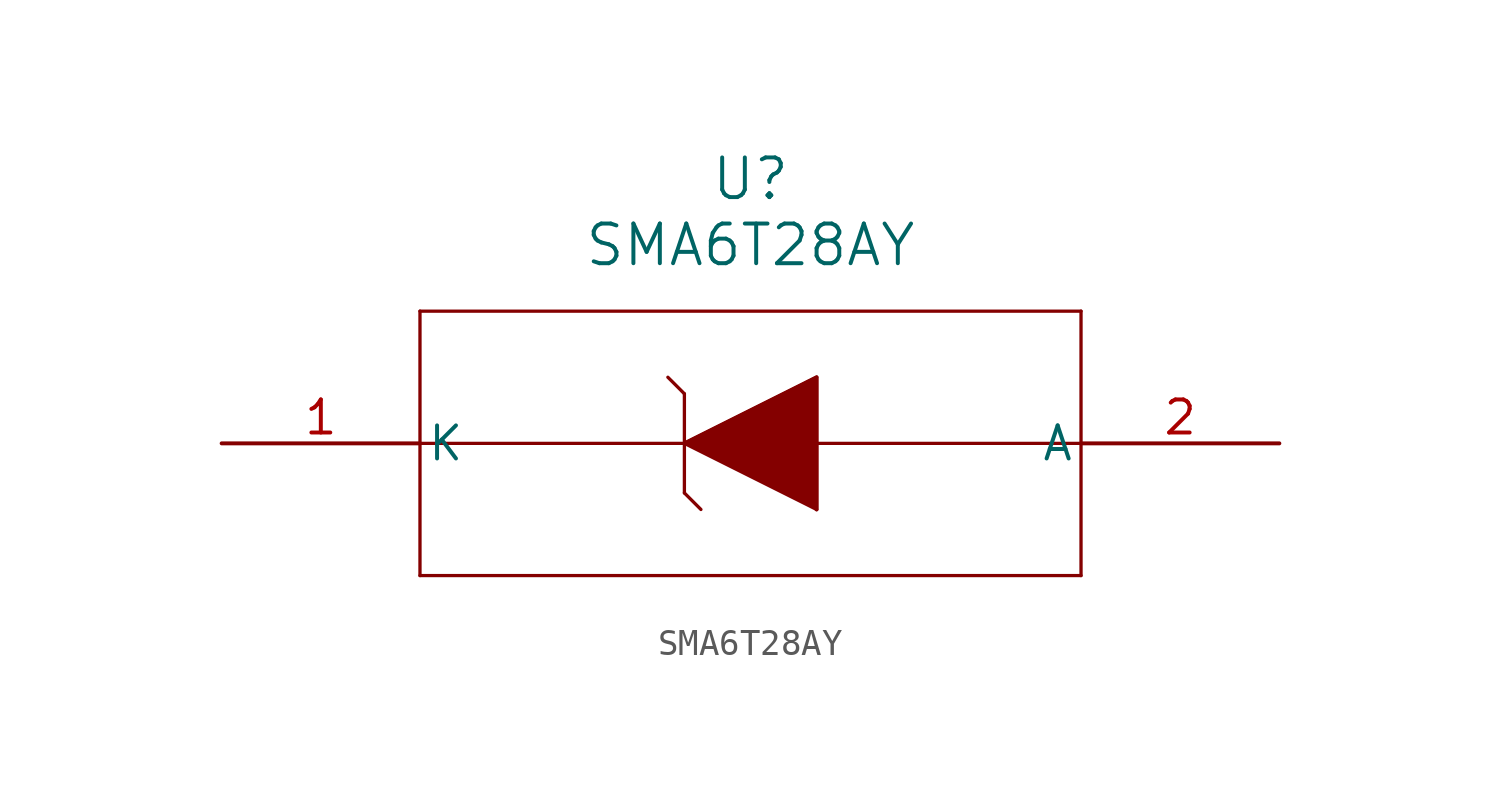
<source format=kicad_sym>
(kicad_symbol_lib
  (version 20211014)
  (generator kicad_symbol_editor)
  (symbol "SMA6T28AY"
    (pin_names
      (offset 0.254))
    (property "Reference" "U"
      (at 20.32 10.16 0)
      (effects (font (size 1.524 1.524))))
    (property "Value" "SMA6T28AY"
      (at 20.32 7.62 0)
      (effects (font (size 1.524 1.524))))
    (symbol "SMA6T28AY_0_1"
      (polyline (pts (xy 7.62 5.08) (xy 7.62 -5.08)) (stroke (width 0.127) (type default) (color 0 0 0 0)) (fill (type none)))
      (polyline (pts (xy 7.62 -5.08) (xy 33.02 -5.08)) (stroke (width 0.127) (type default) (color 0 0 0 0)) (fill (type none)))
      (polyline (pts (xy 33.02 -5.08) (xy 33.02 5.08)) (stroke (width 0.127) (type default) (color 0 0 0 0)) (fill (type none)))
      (polyline (pts (xy 33.02 5.08) (xy 7.62 5.08)) (stroke (width 0.127) (type default) (color 0 0 0 0)) (fill (type none)))
      (polyline (pts (xy 7.62 0) (xy 33.02 0)) (stroke (width 0.127) (type default) (color 0 0 0 0)) (fill (type none)))
      (polyline (pts (xy 17.78 0) (xy 22.86 2.54)) (stroke (width 0.127) (type default) (color 0 0 0 0)) (fill (type none)))
      (polyline (pts (xy 22.86 2.54) (xy 22.86 -2.54)) (stroke (width 0.127) (type default) (color 0 0 0 0)) (fill (type none)))
      (polyline (pts (xy 22.86 -2.54) (xy 17.78 0)) (stroke (width 0.127) (type default) (color 0 0 0 0)) (fill (type none)))
      (polyline (pts (xy 17.78 1.905) (xy 17.78 -1.905)) (stroke (width 0.127) (type default) (color 0 0 0 0)) (fill (type none)))
      (polyline (pts (xy 17.78 1.905) (xy 17.145 2.54)) (stroke (width 0.127) (type default) (color 0 0 0 0)) (fill (type none)))
      (polyline (pts (xy 17.78 -1.905) (xy 18.415 -2.54)) (stroke (width 0.127) (type default) (color 0 0 0 0)) (fill (type none)))
      (polyline (pts (xy 17.78 0) (xy 22.86 2.54) (xy 22.86 -2.54)) (stroke (width 0) (type default) (color 0 0 0 0)) (fill (type outline)))
      (pin unspecified line (at 0 0 0) (length 7.62) (name "K" (effects (font (size 1.27 1.27)))) (number "1" (effects (font (size 1.27 1.27)))))
      (pin unspecified line (at 40.64 0 180) (length 7.62) (name "A" (effects (font (size 1.27 1.27)))) (number "2" (effects (font (size 1.27 1.27))))))))
</source>
